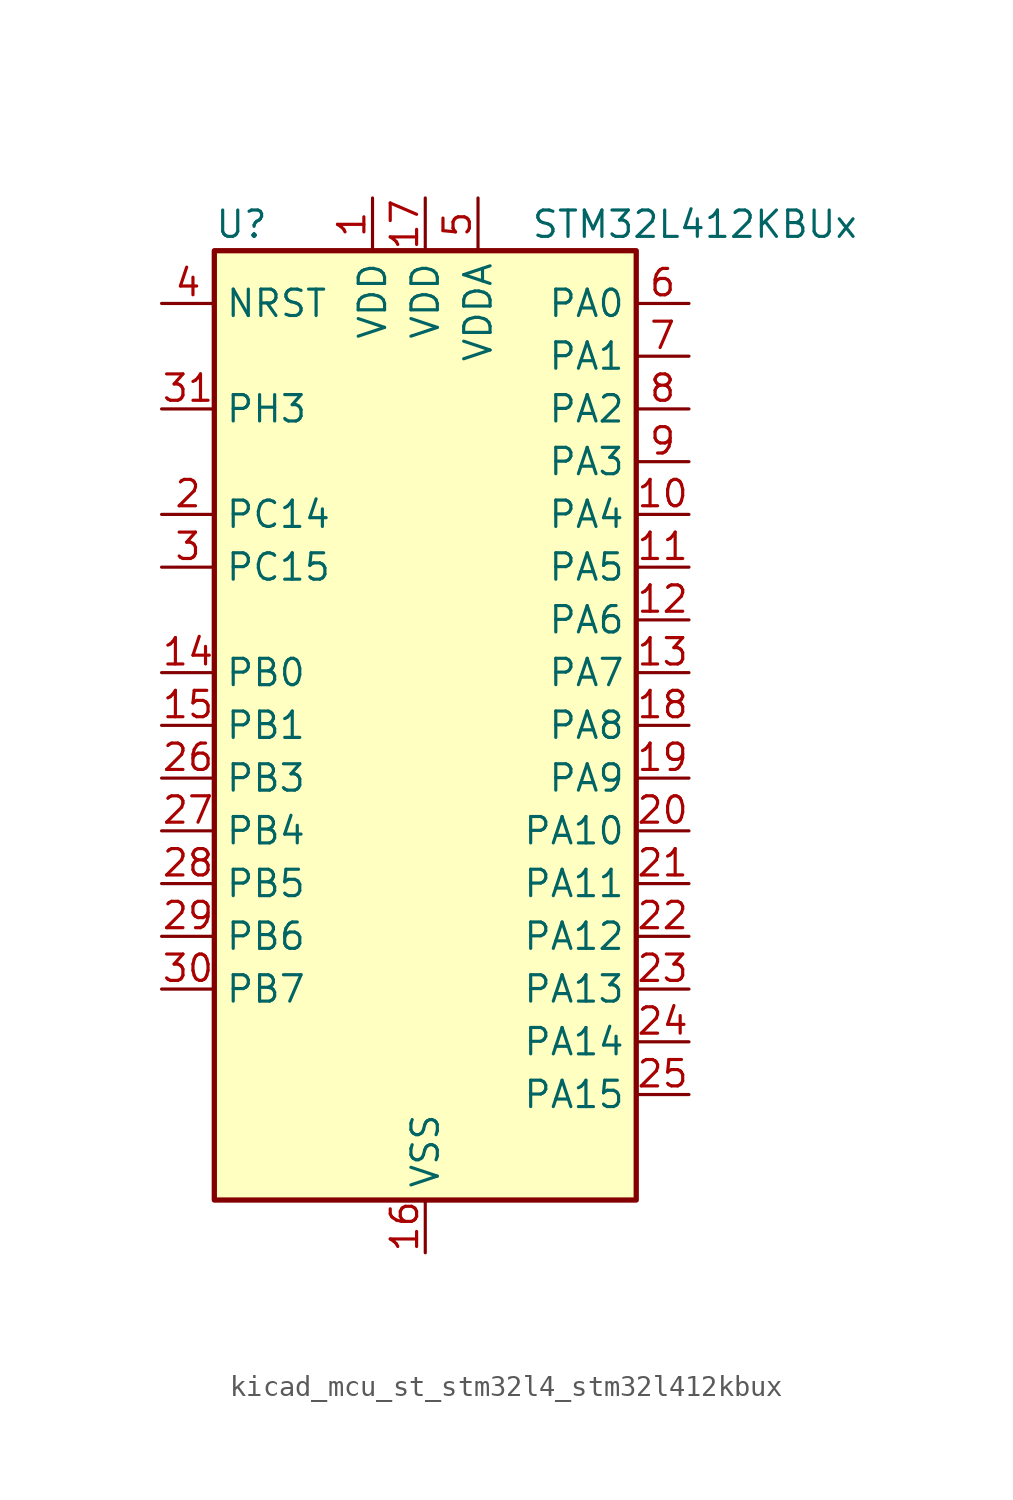
<source format=kicad_sym>
(kicad_symbol_lib
  (version 20220914)
  (generator kicad_symbol_editor)
  (symbol "kicad_mcu_st_stm32l4_stm32l412kbux"
    (property "Reference" "U"
      (at -10.16 24.13 0)
      (effects (font (size 1.27 1.27)) (justify left)))
    (property "Value" "STM32L412KBUx"
      (at 5.08 24.13 0)
      (effects (font (size 1.27 1.27)) (justify left)))
    (property "ki_locked" ""
      (at 0 0 0)
      (effects (font (size 1.27 1.27))))
    (symbol "kicad_mcu_st_stm32l4_stm32l412kbux_0_1"
      (rectangle (start -10.16 -22.86) (end 10.16 22.86) (stroke (width 0.254) (type default)) (fill (type background))))
    (symbol "kicad_mcu_st_stm32l4_stm32l412kbux_1_1"
      (pin power_in line (at -2.54 25.4 270) (length 2.54) (name "VDD" (effects (font (size 1.27 1.27)))) (number "1" (effects (font (size 1.27 1.27)))))
      (pin bidirectional line (at 12.7 10.16 180) (length 2.54) (name "PA4" (effects (font (size 1.27 1.27)))) (number "10" (effects (font (size 1.27 1.27)))) (alternate "ADC1_IN9" bidirectional line) (alternate "ADC2_IN9" bidirectional line) (alternate "COMP1_INM" bidirectional line) (alternate "LPTIM2_OUT" bidirectional line) (alternate "SPI1_NSS" bidirectional line) (alternate "USART2_CK" bidirectional line))
      (pin bidirectional line (at 12.7 7.62 180) (length 2.54) (name "PA5" (effects (font (size 1.27 1.27)))) (number "11" (effects (font (size 1.27 1.27)))) (alternate "ADC1_IN10" bidirectional line) (alternate "ADC2_IN10" bidirectional line) (alternate "COMP1_INM" bidirectional line) (alternate "LPTIM2_ETR" bidirectional line) (alternate "SPI1_SCK" bidirectional line) (alternate "TIM2_CH1" bidirectional line) (alternate "TIM2_ETR" bidirectional line))
      (pin bidirectional line (at 12.7 5.08 180) (length 2.54) (name "PA6" (effects (font (size 1.27 1.27)))) (number "12" (effects (font (size 1.27 1.27)))) (alternate "ADC1_IN11" bidirectional line) (alternate "ADC2_IN11" bidirectional line) (alternate "COMP1_OUT" bidirectional line) (alternate "LPUART1_CTS" bidirectional line) (alternate "QUADSPI_BK1_IO3" bidirectional line) (alternate "SPI1_MISO" bidirectional line) (alternate "TIM16_CH1" bidirectional line) (alternate "TIM1_BKIN" bidirectional line))
      (pin bidirectional line (at 12.7 2.54 180) (length 2.54) (name "PA7" (effects (font (size 1.27 1.27)))) (number "13" (effects (font (size 1.27 1.27)))) (alternate "ADC1_IN12" bidirectional line) (alternate "ADC2_IN12" bidirectional line) (alternate "I2C3_SCL" bidirectional line) (alternate "QUADSPI_BK1_IO2" bidirectional line) (alternate "SPI1_MOSI" bidirectional line) (alternate "TIM1_CH1N" bidirectional line))
      (pin bidirectional line (at -12.7 2.54 0) (length 2.54) (name "PB0" (effects (font (size 1.27 1.27)))) (number "14" (effects (font (size 1.27 1.27)))) (alternate "ADC1_IN15" bidirectional line) (alternate "ADC2_IN15" bidirectional line) (alternate "COMP1_OUT" bidirectional line) (alternate "QUADSPI_BK1_IO1" bidirectional line) (alternate "SPI1_NSS" bidirectional line) (alternate "SYS_TRACED0" bidirectional line) (alternate "TIM1_CH2N" bidirectional line))
      (pin bidirectional line (at -12.7 0 0) (length 2.54) (name "PB1" (effects (font (size 1.27 1.27)))) (number "15" (effects (font (size 1.27 1.27)))) (alternate "ADC1_IN16" bidirectional line) (alternate "ADC2_IN16" bidirectional line) (alternate "COMP1_INM" bidirectional line) (alternate "LPTIM2_IN1" bidirectional line) (alternate "LPUART1_DE" bidirectional line) (alternate "LPUART1_RTS" bidirectional line) (alternate "QUADSPI_BK1_IO0" bidirectional line) (alternate "SYS_TRACED1" bidirectional line) (alternate "TIM1_CH3N" bidirectional line))
      (pin power_in line (at 0 -25.4 90) (length 2.54) (name "VSS" (effects (font (size 1.27 1.27)))) (number "16" (effects (font (size 1.27 1.27)))))
      (pin power_in line (at 0 25.4 270) (length 2.54) (name "VDD" (effects (font (size 1.27 1.27)))) (number "17" (effects (font (size 1.27 1.27)))))
      (pin bidirectional line (at 12.7 0 180) (length 2.54) (name "PA8" (effects (font (size 1.27 1.27)))) (number "18" (effects (font (size 1.27 1.27)))) (alternate "LPTIM2_OUT" bidirectional line) (alternate "RCC_MCO" bidirectional line) (alternate "TIM1_CH1" bidirectional line) (alternate "USART1_CK" bidirectional line))
      (pin bidirectional line (at 12.7 -2.54 180) (length 2.54) (name "PA9" (effects (font (size 1.27 1.27)))) (number "19" (effects (font (size 1.27 1.27)))) (alternate "I2C1_SCL" bidirectional line) (alternate "TIM15_BKIN" bidirectional line) (alternate "TIM1_CH2" bidirectional line) (alternate "USART1_TX" bidirectional line))
      (pin bidirectional line (at -12.7 10.16 0) (length 2.54) (name "PC14" (effects (font (size 1.27 1.27)))) (number "2" (effects (font (size 1.27 1.27)))) (alternate "RCC_OSC32_IN" bidirectional line))
      (pin bidirectional line (at 12.7 -5.08 180) (length 2.54) (name "PA10" (effects (font (size 1.27 1.27)))) (number "20" (effects (font (size 1.27 1.27)))) (alternate "CRS_SYNC" bidirectional line) (alternate "I2C1_SDA" bidirectional line) (alternate "TIM1_CH3" bidirectional line) (alternate "USART1_RX" bidirectional line))
      (pin bidirectional line (at 12.7 -7.62 180) (length 2.54) (name "PA11" (effects (font (size 1.27 1.27)))) (number "21" (effects (font (size 1.27 1.27)))) (alternate "ADC1_EXTI11" bidirectional line) (alternate "ADC2_EXTI11" bidirectional line) (alternate "COMP1_OUT" bidirectional line) (alternate "SPI1_MISO" bidirectional line) (alternate "TIM1_BKIN2" bidirectional line) (alternate "TIM1_BKIN2_COMP1" bidirectional line) (alternate "TIM1_CH4" bidirectional line) (alternate "USART1_CTS" bidirectional line) (alternate "USB_DM" bidirectional line))
      (pin bidirectional line (at 12.7 -10.16 180) (length 2.54) (name "PA12" (effects (font (size 1.27 1.27)))) (number "22" (effects (font (size 1.27 1.27)))) (alternate "SPI1_MOSI" bidirectional line) (alternate "TIM1_ETR" bidirectional line) (alternate "USART1_DE" bidirectional line) (alternate "USART1_RTS" bidirectional line) (alternate "USB_DP" bidirectional line))
      (pin bidirectional line (at 12.7 -12.7 180) (length 2.54) (name "PA13" (effects (font (size 1.27 1.27)))) (number "23" (effects (font (size 1.27 1.27)))) (alternate "IR_OUT" bidirectional line) (alternate "SYS_JTMS-SWDIO" bidirectional line) (alternate "USB_NOE" bidirectional line))
      (pin bidirectional line (at 12.7 -15.24 180) (length 2.54) (name "PA14" (effects (font (size 1.27 1.27)))) (number "24" (effects (font (size 1.27 1.27)))) (alternate "I2C1_SMBA" bidirectional line) (alternate "LPTIM1_OUT" bidirectional line) (alternate "SYS_JTCK-SWCLK" bidirectional line))
      (pin bidirectional line (at 12.7 -17.78 180) (length 2.54) (name "PA15" (effects (font (size 1.27 1.27)))) (number "25" (effects (font (size 1.27 1.27)))) (alternate "ADC1_EXTI15" bidirectional line) (alternate "ADC2_EXTI15" bidirectional line) (alternate "SPI1_NSS" bidirectional line) (alternate "SYS_JTDI" bidirectional line) (alternate "TIM2_CH1" bidirectional line) (alternate "TIM2_ETR" bidirectional line) (alternate "USART2_RX" bidirectional line))
      (pin bidirectional line (at -12.7 -2.54 0) (length 2.54) (name "PB3" (effects (font (size 1.27 1.27)))) (number "26" (effects (font (size 1.27 1.27)))) (alternate "SPI1_SCK" bidirectional line) (alternate "SYS_JTDO-SWO" bidirectional line) (alternate "TIM2_CH2" bidirectional line) (alternate "USART1_DE" bidirectional line) (alternate "USART1_RTS" bidirectional line))
      (pin bidirectional line (at -12.7 -5.08 0) (length 2.54) (name "PB4" (effects (font (size 1.27 1.27)))) (number "27" (effects (font (size 1.27 1.27)))) (alternate "I2C3_SDA" bidirectional line) (alternate "SPI1_MISO" bidirectional line) (alternate "SYS_JTRST" bidirectional line) (alternate "TSC_G2_IO1" bidirectional line) (alternate "USART1_CTS" bidirectional line))
      (pin bidirectional line (at -12.7 -7.62 0) (length 2.54) (name "PB5" (effects (font (size 1.27 1.27)))) (number "28" (effects (font (size 1.27 1.27)))) (alternate "I2C1_SMBA" bidirectional line) (alternate "LPTIM1_IN1" bidirectional line) (alternate "SPI1_MOSI" bidirectional line) (alternate "SYS_TRACED2" bidirectional line) (alternate "TIM16_BKIN" bidirectional line) (alternate "TSC_G2_IO2" bidirectional line) (alternate "USART1_CK" bidirectional line))
      (pin bidirectional line (at -12.7 -10.16 0) (length 2.54) (name "PB6" (effects (font (size 1.27 1.27)))) (number "29" (effects (font (size 1.27 1.27)))) (alternate "I2C1_SCL" bidirectional line) (alternate "LPTIM1_ETR" bidirectional line) (alternate "SYS_TRACED3" bidirectional line) (alternate "TIM16_CH1N" bidirectional line) (alternate "TSC_G2_IO3" bidirectional line) (alternate "USART1_TX" bidirectional line))
      (pin bidirectional line (at -12.7 7.62 0) (length 2.54) (name "PC15" (effects (font (size 1.27 1.27)))) (number "3" (effects (font (size 1.27 1.27)))) (alternate "ADC1_EXTI15" bidirectional line) (alternate "ADC2_EXTI15" bidirectional line) (alternate "RCC_OSC32_OUT" bidirectional line))
      (pin bidirectional line (at -12.7 -12.7 0) (length 2.54) (name "PB7" (effects (font (size 1.27 1.27)))) (number "30" (effects (font (size 1.27 1.27)))) (alternate "I2C1_SDA" bidirectional line) (alternate "LPTIM1_IN2" bidirectional line) (alternate "SYS_PVD_IN" bidirectional line) (alternate "SYS_TRACECLK" bidirectional line) (alternate "TSC_G2_IO4" bidirectional line) (alternate "USART1_RX" bidirectional line))
      (pin bidirectional line (at -12.7 15.24 0) (length 2.54) (name "PH3" (effects (font (size 1.27 1.27)))) (number "31" (effects (font (size 1.27 1.27)))))
      (pin passive line (at 0 -25.4 90) (length 2.54) hide (name "VSS" (effects (font (size 1.27 1.27)))) (number "32" (effects (font (size 1.27 1.27)))))
      (pin passive line (at 0 -25.4 90) (length 2.54) hide (name "VSS" (effects (font (size 1.27 1.27)))) (number "33" (effects (font (size 1.27 1.27)))))
      (pin input line (at -12.7 20.32 0) (length 2.54) (name "NRST" (effects (font (size 1.27 1.27)))) (number "4" (effects (font (size 1.27 1.27)))))
      (pin power_in line (at 2.54 25.4 270) (length 2.54) (name "VDDA" (effects (font (size 1.27 1.27)))) (number "5" (effects (font (size 1.27 1.27)))))
      (pin bidirectional line (at 12.7 20.32 180) (length 2.54) (name "PA0" (effects (font (size 1.27 1.27)))) (number "6" (effects (font (size 1.27 1.27)))) (alternate "ADC1_IN5" bidirectional line) (alternate "COMP1_INM" bidirectional line) (alternate "COMP1_OUT" bidirectional line) (alternate "OPAMP1_VINP" bidirectional line) (alternate "RCC_CK_IN" bidirectional line) (alternate "RTC_TAMP2" bidirectional line) (alternate "SYS_WKUP1" bidirectional line) (alternate "TIM2_CH1" bidirectional line) (alternate "TIM2_ETR" bidirectional line) (alternate "USART2_CTS" bidirectional line))
      (pin bidirectional line (at 12.7 17.78 180) (length 2.54) (name "PA1" (effects (font (size 1.27 1.27)))) (number "7" (effects (font (size 1.27 1.27)))) (alternate "ADC1_IN6" bidirectional line) (alternate "COMP1_INP" bidirectional line) (alternate "I2C1_SMBA" bidirectional line) (alternate "OPAMP1_VINM" bidirectional line) (alternate "SPI1_SCK" bidirectional line) (alternate "TIM15_CH1N" bidirectional line) (alternate "TIM2_CH2" bidirectional line) (alternate "USART2_DE" bidirectional line) (alternate "USART2_RTS" bidirectional line))
      (pin bidirectional line (at 12.7 15.24 180) (length 2.54) (name "PA2" (effects (font (size 1.27 1.27)))) (number "8" (effects (font (size 1.27 1.27)))) (alternate "ADC1_IN7" bidirectional line) (alternate "ADC2_IN7" bidirectional line) (alternate "LPUART1_TX" bidirectional line) (alternate "QUADSPI_BK1_NCS" bidirectional line) (alternate "RCC_LSCO" bidirectional line) (alternate "SYS_WKUP4" bidirectional line) (alternate "TIM15_CH1" bidirectional line) (alternate "TIM2_CH3" bidirectional line) (alternate "USART2_TX" bidirectional line))
      (pin bidirectional line (at 12.7 12.7 180) (length 2.54) (name "PA3" (effects (font (size 1.27 1.27)))) (number "9" (effects (font (size 1.27 1.27)))) (alternate "ADC1_IN8" bidirectional line) (alternate "ADC2_IN8" bidirectional line) (alternate "LPUART1_RX" bidirectional line) (alternate "OPAMP1_VOUT" bidirectional line) (alternate "QUADSPI_CLK" bidirectional line) (alternate "TIM15_CH2" bidirectional line) (alternate "TIM2_CH4" bidirectional line) (alternate "USART2_RX" bidirectional line)))))
</source>
